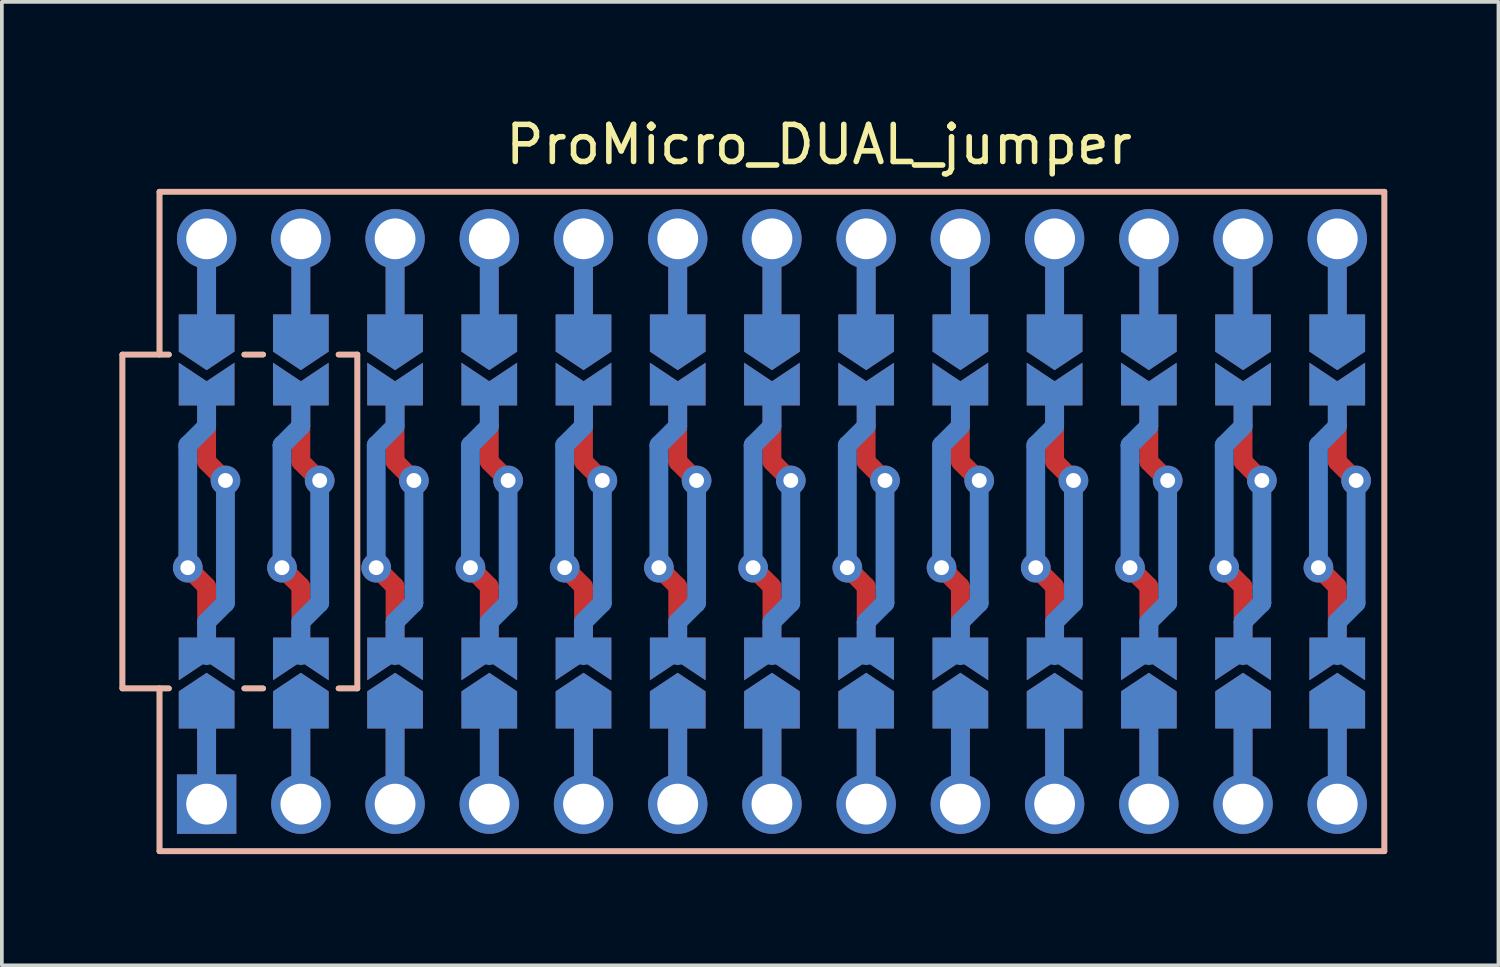
<source format=kicad_pcb>
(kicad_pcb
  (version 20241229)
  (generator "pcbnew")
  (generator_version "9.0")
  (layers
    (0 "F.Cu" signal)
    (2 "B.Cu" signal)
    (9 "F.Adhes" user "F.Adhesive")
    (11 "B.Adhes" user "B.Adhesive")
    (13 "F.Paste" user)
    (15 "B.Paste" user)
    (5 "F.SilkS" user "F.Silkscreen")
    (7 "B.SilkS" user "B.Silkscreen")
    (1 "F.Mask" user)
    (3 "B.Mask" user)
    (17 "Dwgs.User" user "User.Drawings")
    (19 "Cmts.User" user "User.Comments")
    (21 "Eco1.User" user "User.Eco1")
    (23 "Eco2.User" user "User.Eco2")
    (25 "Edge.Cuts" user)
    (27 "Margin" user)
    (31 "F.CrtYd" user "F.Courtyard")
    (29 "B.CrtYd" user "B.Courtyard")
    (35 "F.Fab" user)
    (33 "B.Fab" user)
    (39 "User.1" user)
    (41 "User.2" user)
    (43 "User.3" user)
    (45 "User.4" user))
  (footprint "ProMicro_DUAL_jumper"
    (layer "F.Cu")
    (at 5.06 18.628)
    (property "Reference" "ProMicro_DUAL_jumper" (at 13.97 -17.78 0) (layer "F.SilkS") (effects (font (size 1 1) (thickness 0.15))))
    (attr through_hole allow_soldermask_bridges)
    (fp_rect (start -3.29 -13.2) (end -1.79 -10.75) (stroke (width 0) (type solid)) (fill yes) (layer "F.Mask"))
    (fp_rect (start -3.29 -4.49) (end -1.79 -2.04) (stroke (width 0) (type solid)) (fill yes) (layer "F.Mask"))
    (fp_rect (start -0.75 -13.2) (end 0.75 -10.75) (stroke (width 0) (type solid)) (fill yes) (layer "F.Mask"))
    (fp_rect (start -0.75 -4.49) (end 0.75 -2.04) (stroke (width 0) (type solid)) (fill yes) (layer "F.Mask"))
    (fp_rect (start 1.79 -13.2) (end 3.29 -10.75) (stroke (width 0) (type solid)) (fill yes) (layer "F.Mask"))
    (fp_rect (start 1.79 -4.49) (end 3.29 -2.04) (stroke (width 0) (type solid)) (fill yes) (layer "F.Mask"))
    (fp_rect (start 4.33 -13.2) (end 5.83 -10.75) (stroke (width 0) (type solid)) (fill yes) (layer "F.Mask"))
    (fp_rect (start 4.33 -4.49) (end 5.83 -2.04) (stroke (width 0) (type solid)) (fill yes) (layer "F.Mask"))
    (fp_rect (start 6.87 -13.2) (end 8.37 -10.75) (stroke (width 0) (type solid)) (fill yes) (layer "F.Mask"))
    (fp_rect (start 6.87 -4.49) (end 8.37 -2.04) (stroke (width 0) (type solid)) (fill yes) (layer "F.Mask"))
    (fp_rect (start 9.41 -13.2) (end 10.91 -10.75) (stroke (width 0) (type solid)) (fill yes) (layer "F.Mask"))
    (fp_rect (start 9.41 -4.49) (end 10.91 -2.04) (stroke (width 0) (type solid)) (fill yes) (layer "F.Mask"))
    (fp_rect (start 11.95 -13.2) (end 13.45 -10.75) (stroke (width 0) (type solid)) (fill yes) (layer "F.Mask"))
    (fp_rect (start 11.95 -4.49) (end 13.45 -2.04) (stroke (width 0) (type solid)) (fill yes) (layer "F.Mask"))
    (fp_rect (start 14.49 -13.2) (end 15.99 -10.75) (stroke (width 0) (type solid)) (fill yes) (layer "F.Mask"))
    (fp_rect (start 14.49 -4.49) (end 15.99 -2.04) (stroke (width 0) (type solid)) (fill yes) (layer "F.Mask"))
    (fp_rect (start 17.03 -13.2) (end 18.53 -10.75) (stroke (width 0) (type solid)) (fill yes) (layer "F.Mask"))
    (fp_rect (start 17.03 -4.49) (end 18.53 -2.04) (stroke (width 0) (type solid)) (fill yes) (layer "F.Mask"))
    (fp_rect (start 19.57 -13.2) (end 21.07 -10.75) (stroke (width 0) (type solid)) (fill yes) (layer "F.Mask"))
    (fp_rect (start 19.57 -4.49) (end 21.07 -2.04) (stroke (width 0) (type solid)) (fill yes) (layer "F.Mask"))
    (fp_rect (start 22.11 -13.2) (end 23.61 -10.75) (stroke (width 0) (type solid)) (fill yes) (layer "F.Mask"))
    (fp_rect (start 22.11 -4.49) (end 23.61 -2.04) (stroke (width 0) (type solid)) (fill yes) (layer "F.Mask"))
    (fp_rect (start 24.65 -13.2) (end 26.15 -10.75) (stroke (width 0) (type solid)) (fill yes) (layer "F.Mask"))
    (fp_rect (start 24.65 -4.49) (end 26.15 -2.04) (stroke (width 0) (type solid)) (fill yes) (layer "F.Mask"))
    (fp_rect (start 27.19 -13.2) (end 28.69 -10.75) (stroke (width 0) (type solid)) (fill yes) (layer "F.Mask"))
    (fp_rect (start 27.19 -4.49) (end 28.69 -2.04) (stroke (width 0) (type solid)) (fill yes) (layer "F.Mask"))
    (fp_rect (start -3.29 -13.2) (end -1.79 -10.75) (stroke (width 0) (type solid)) (fill yes) (layer "B.Mask"))
    (fp_rect (start -3.29 -4.49) (end -1.79 -2.04) (stroke (width 0) (type solid)) (fill yes) (layer "B.Mask"))
    (fp_rect (start -0.75 -13.2) (end 0.75 -10.75) (stroke (width 0) (type solid)) (fill yes) (layer "B.Mask"))
    (fp_rect (start -0.75 -4.49) (end 0.75 -2.04) (stroke (width 0) (type solid)) (fill yes) (layer "B.Mask"))
    (fp_rect (start 1.79 -13.2) (end 3.29 -10.75) (stroke (width 0) (type solid)) (fill yes) (layer "B.Mask"))
    (fp_rect (start 1.79 -4.49) (end 3.29 -2.04) (stroke (width 0) (type solid)) (fill yes) (layer "B.Mask"))
    (fp_rect (start 4.33 -13.2) (end 5.83 -10.75) (stroke (width 0) (type solid)) (fill yes) (layer "B.Mask"))
    (fp_rect (start 4.33 -4.49) (end 5.83 -2.04) (stroke (width 0) (type solid)) (fill yes) (layer "B.Mask"))
    (fp_rect (start 6.87 -13.2) (end 8.37 -10.75) (stroke (width 0) (type solid)) (fill yes) (layer "B.Mask"))
    (fp_rect (start 6.87 -4.49) (end 8.37 -2.04) (stroke (width 0) (type solid)) (fill yes) (layer "B.Mask"))
    (fp_rect (start 9.41 -13.2) (end 10.91 -10.75) (stroke (width 0) (type solid)) (fill yes) (layer "B.Mask"))
    (fp_rect (start 9.41 -4.49) (end 10.91 -2.04) (stroke (width 0) (type solid)) (fill yes) (layer "B.Mask"))
    (fp_rect (start 11.95 -13.2) (end 13.45 -10.75) (stroke (width 0) (type solid)) (fill yes) (layer "B.Mask"))
    (fp_rect (start 11.95 -4.49) (end 13.45 -2.04) (stroke (width 0) (type solid)) (fill yes) (layer "B.Mask"))
    (fp_rect (start 14.49 -13.2) (end 15.99 -10.75) (stroke (width 0) (type solid)) (fill yes) (layer "B.Mask"))
    (fp_rect (start 14.49 -4.49) (end 15.99 -2.04) (stroke (width 0) (type solid)) (fill yes) (layer "B.Mask"))
    (fp_rect (start 17.03 -13.2) (end 18.53 -10.75) (stroke (width 0) (type solid)) (fill yes) (layer "B.Mask"))
    (fp_rect (start 17.03 -4.49) (end 18.53 -2.04) (stroke (width 0) (type solid)) (fill yes) (layer "B.Mask"))
    (fp_rect (start 19.57 -13.2) (end 21.07 -10.75) (stroke (width 0) (type solid)) (fill yes) (layer "B.Mask"))
    (fp_rect (start 19.57 -4.49) (end 21.07 -2.04) (stroke (width 0) (type solid)) (fill yes) (layer "B.Mask"))
    (fp_rect (start 22.11 -13.2) (end 23.61 -10.75) (stroke (width 0) (type solid)) (fill yes) (layer "B.Mask"))
    (fp_rect (start 22.11 -4.49) (end 23.61 -2.04) (stroke (width 0) (type solid)) (fill yes) (layer "B.Mask"))
    (fp_rect (start 24.65 -13.2) (end 26.15 -10.75) (stroke (width 0) (type solid)) (fill yes) (layer "B.Mask"))
    (fp_rect (start 24.65 -4.49) (end 26.15 -2.04) (stroke (width 0) (type solid)) (fill yes) (layer "B.Mask"))
    (fp_rect (start 27.19 -13.2) (end 28.69 -10.75) (stroke (width 0) (type solid)) (fill yes) (layer "B.Mask"))
    (fp_rect (start 27.19 -4.49) (end 28.69 -2.04) (stroke (width 0) (type solid)) (fill yes) (layer "B.Mask"))
    (fp_line (start -4.81 -12.12) (end -3.556 -12.12) (stroke (width 0.15) (type solid)) (layer "F.SilkS"))
    (fp_line (start -4.81 -3.12) (end -4.81 -12.12) (stroke (width 0.15) (type solid)) (layer "F.SilkS"))
    (fp_line (start -4.81 -3.12) (end -3.556 -3.12) (stroke (width 0.15) (type solid)) (layer "F.SilkS"))
    (fp_line (start -3.81 -16.51) (end 29.21 -16.51) (stroke (width 0.15) (type solid)) (layer "F.SilkS"))
    (fp_line (start -3.81 -12.12) (end -3.81 -16.51) (stroke (width 0.15) (type solid)) (layer "F.SilkS"))
    (fp_line (start -3.81 1.27) (end -3.81 -3.12) (stroke (width 0.15) (type solid)) (layer "F.SilkS"))
    (fp_line (start -3.81 1.27) (end 29.21 1.27) (stroke (width 0.15) (type solid)) (layer "F.SilkS"))
    (fp_line (start -1.524 -3.12) (end -1.016 -3.12) (stroke (width 0.15) (type solid)) (layer "F.SilkS"))
    (fp_line (start -1.016 -12.12) (end -1.524 -12.12) (stroke (width 0.15) (type solid)) (layer "F.SilkS"))
    (fp_line (start 1.524 -12.12) (end 1.016 -12.12) (stroke (width 0.15) (type solid)) (layer "F.SilkS"))
    (fp_line (start 1.524 -12.12) (end 1.524 -3.12) (stroke (width 0.15) (type solid)) (layer "F.SilkS"))
    (fp_line (start 1.524 -3.12) (end 1.016 -3.12) (stroke (width 0.15) (type solid)) (layer "F.SilkS"))
    (fp_line (start 29.21 -16.51) (end 29.21 1.27) (stroke (width 0.15) (type solid)) (layer "F.SilkS"))
    (fp_line (start -4.81 -12.12) (end -3.556 -12.12) (stroke (width 0.15) (type solid)) (layer "B.SilkS"))
    (fp_line (start -4.81 -3.12) (end -4.81 -12.12) (stroke (width 0.15) (type solid)) (layer "B.SilkS"))
    (fp_line (start -4.81 -3.12) (end -3.556 -3.12) (stroke (width 0.15) (type solid)) (layer "B.SilkS"))
    (fp_line (start -3.81 -16.51) (end 29.21 -16.51) (stroke (width 0.15) (type solid)) (layer "B.SilkS"))
    (fp_line (start -3.81 -12.12) (end -3.81 -16.51) (stroke (width 0.15) (type solid)) (layer "B.SilkS"))
    (fp_line (start -3.81 1.27) (end -3.81 -3.12) (stroke (width 0.15) (type solid)) (layer "B.SilkS"))
    (fp_line (start -3.81 1.27) (end 29.21 1.27) (stroke (width 0.15) (type solid)) (layer "B.SilkS"))
    (fp_line (start -1.524 -3.12) (end -1.016 -3.12) (stroke (width 0.15) (type solid)) (layer "B.SilkS"))
    (fp_line (start -1.016 -12.12) (end -1.524 -12.12) (stroke (width 0.15) (type solid)) (layer "B.SilkS"))
    (fp_line (start 1.524 -12.12) (end 1.016 -12.12) (stroke (width 0.15) (type solid)) (layer "B.SilkS"))
    (fp_line (start 1.524 -12.12) (end 1.524 -3.12) (stroke (width 0.15) (type solid)) (layer "B.SilkS"))
    (fp_line (start 1.524 -3.12) (end 1.016 -3.12) (stroke (width 0.15) (type solid)) (layer "B.SilkS"))
    (fp_line (start 29.21 -16.51) (end 29.21 1.27) (stroke (width 0.15) (type solid)) (layer "B.SilkS"))
    (fp_rect (start -3.81 -16.51) (end 29.21 1.27) (stroke (width 0.1) (type default)) (fill no) (layer "User.2"))
    (fp_line (start -5.01 -12.12) (end -3.81 -12.12) (stroke (width 0.1) (type default)) (layer "User.3"))
    (fp_line (start -5.01 -3.12) (end -5.01 -12.12) (stroke (width 0.1) (type default)) (layer "User.3"))
    (fp_line (start -3.81 -16.51) (end 29.21 -16.51) (stroke (width 0.1) (type default)) (layer "User.3"))
    (fp_line (start -3.81 -12.12) (end -3.81 -16.51) (stroke (width 0.1) (type default)) (layer "User.3"))
    (fp_line (start -3.81 -3.12) (end -5.01 -3.12) (stroke (width 0.1) (type default)) (layer "User.3"))
    (fp_line (start -3.81 -3.12) (end -3.81 1.27) (stroke (width 0.1) (type default)) (layer "User.3"))
    (fp_line (start 29.21 -16.51) (end 29.21 1.27) (stroke (width 0.1) (type default)) (layer "User.3"))
    (fp_line (start 29.21 1.27) (end -3.81 1.27) (stroke (width 0.1) (type default)) (layer "User.3"))
    (pad "1" smd custom (at 0 -11.25 270) (size 0.3 0.3) (layers "F.Cu" "F.Mask") (options (anchor rect)) (primitives (gr_poly (pts (xy 0.5 0.75) (xy -0.65 0.75) (xy -0.15 0) (xy -0.65 -0.75) (xy 0.5 -0.75)) (width 0) (fill yes))))
    (pad "1" smd roundrect (at 0 -10.185 180) (size 0.508 2.413) (layers "F.Cu") (roundrect_rratio 0.5))
    (pad "1" smd roundrect (at 0 -4.458 180) (size 0.508 1.422) (layers "B.Cu") (roundrect_rratio 0.5))
    (pad "1" smd custom (at 0 -3.99 270) (size 0.3 0.3) (layers "B.Cu" "B.Mask") (options (anchor rect)) (primitives (gr_poly (pts (xy -0.5 0.75) (xy 0.65 0.75) (xy 0.15 0) (xy 0.65 -0.75) (xy -0.5 -0.75)) (width 0) (fill yes))))
    (pad "1" smd roundrect (at 0.254 -8.979 225) (size 0.508 1.219) (layers "F.Cu") (roundrect_rratio 0.5))
    (pad "1" smd roundrect (at 0.254 -5.169 135) (size 0.508 1.232) (layers "B.Cu") (roundrect_rratio 0.5))
    (pad "1" thru_hole circle (at 0.508 -8.725 180) (size 0.8 0.8) (drill 0.4) (layers "*.Cu"))
    (pad "1" smd roundrect (at 0.508 -7.106 180) (size 0.508 3.886) (layers "B.Cu") (roundrect_rratio 0.5))
    (pad "2" smd custom (at 2.54 -11.25 270) (size 0.3 0.3) (layers "F.Cu" "F.Mask") (options (anchor rect)) (primitives (gr_poly (pts (xy 0.5 0.75) (xy -0.65 0.75) (xy -0.15 0) (xy -0.65 -0.75) (xy 0.5 -0.75)) (width 0) (fill yes))))
    (pad "2" smd roundrect (at 2.54 -10.185 180) (size 0.508 2.413) (layers "F.Cu") (roundrect_rratio 0.5))
    (pad "2" smd roundrect (at 2.54 -4.458 180) (size 0.508 1.422) (layers "B.Cu") (roundrect_rratio 0.5))
    (pad "2" smd custom (at 2.54 -3.99 270) (size 0.3 0.3) (layers "B.Cu" "B.Mask") (options (anchor rect)) (primitives (gr_poly (pts (xy -0.5 0.75) (xy 0.65 0.75) (xy 0.15 0) (xy 0.65 -0.75) (xy -0.5 -0.75)) (width 0) (fill yes))))
    (pad "2" smd roundrect (at 2.794 -8.979 225) (size 0.508 1.219) (layers "F.Cu") (roundrect_rratio 0.5))
    (pad "2" smd roundrect (at 2.794 -5.169 135) (size 0.508 1.232) (layers "B.Cu") (roundrect_rratio 0.5))
    (pad "2" thru_hole circle (at 3.048 -8.725 180) (size 0.8 0.8) (drill 0.4) (layers "*.Cu"))
    (pad "2" smd roundrect (at 3.048 -7.106 180) (size 0.508 3.886) (layers "B.Cu") (roundrect_rratio 0.5))
    (pad "3" smd custom (at 5.08 -11.25 270) (size 0.3 0.3) (layers "F.Cu" "F.Mask") (options (anchor rect)) (primitives (gr_poly (pts (xy 0.5 0.75) (xy -0.65 0.75) (xy -0.15 0) (xy -0.65 -0.75) (xy 0.5 -0.75)) (width 0) (fill yes))))
    (pad "3" smd roundrect (at 5.08 -10.185 180) (size 0.508 2.413) (layers "F.Cu") (roundrect_rratio 0.5))
    (pad "3" smd roundrect (at 5.08 -4.458 180) (size 0.508 1.422) (layers "B.Cu") (roundrect_rratio 0.5))
    (pad "3" smd custom (at 5.08 -3.99 270) (size 0.3 0.3) (layers "B.Cu" "B.Mask") (options (anchor rect)) (primitives (gr_poly (pts (xy -0.5 0.75) (xy 0.65 0.75) (xy 0.15 0) (xy 0.65 -0.75) (xy -0.5 -0.75)) (width 0) (fill yes))))
    (pad "3" smd roundrect (at 5.334 -8.979 225) (size 0.508 1.219) (layers "F.Cu") (roundrect_rratio 0.5))
    (pad "3" smd roundrect (at 5.334 -5.169 135) (size 0.508 1.232) (layers "B.Cu") (roundrect_rratio 0.5))
    (pad "3" thru_hole circle (at 5.588 -8.725 180) (size 0.8 0.8) (drill 0.4) (layers "*.Cu"))
    (pad "3" smd roundrect (at 5.588 -7.106 180) (size 0.508 3.886) (layers "B.Cu") (roundrect_rratio 0.5))
    (pad "4" smd custom (at 7.62 -11.25 270) (size 0.3 0.3) (layers "F.Cu" "F.Mask") (options (anchor rect)) (primitives (gr_poly (pts (xy 0.5 0.75) (xy -0.65 0.75) (xy -0.15 0) (xy -0.65 -0.75) (xy 0.5 -0.75)) (width 0) (fill yes))))
    (pad "4" smd roundrect (at 7.62 -10.185 180) (size 0.508 2.413) (layers "F.Cu") (roundrect_rratio 0.5))
    (pad "4" smd roundrect (at 7.62 -4.458 180) (size 0.508 1.422) (layers "B.Cu") (roundrect_rratio 0.5))
    (pad "4" smd custom (at 7.62 -3.99 270) (size 0.3 0.3) (layers "B.Cu" "B.Mask") (options (anchor rect)) (primitives (gr_poly (pts (xy -0.5 0.75) (xy 0.65 0.75) (xy 0.15 0) (xy 0.65 -0.75) (xy -0.5 -0.75)) (width 0) (fill yes))))
    (pad "4" smd roundrect (at 7.874 -8.979 225) (size 0.508 1.219) (layers "F.Cu") (roundrect_rratio 0.5))
    (pad "4" smd roundrect (at 7.874 -5.169 135) (size 0.508 1.232) (layers "B.Cu") (roundrect_rratio 0.5))
    (pad "4" thru_hole circle (at 8.128 -8.725 180) (size 0.8 0.8) (drill 0.4) (layers "*.Cu"))
    (pad "4" smd roundrect (at 8.128 -7.106 180) (size 0.508 3.886) (layers "B.Cu") (roundrect_rratio 0.5))
    (pad "5" smd custom (at 10.16 -11.25 270) (size 0.3 0.3) (layers "F.Cu" "F.Mask") (options (anchor rect)) (primitives (gr_poly (pts (xy 0.5 0.75) (xy -0.65 0.75) (xy -0.15 0) (xy -0.65 -0.75) (xy 0.5 -0.75)) (width 0) (fill yes))))
    (pad "5" smd roundrect (at 10.16 -10.185 180) (size 0.508 2.413) (layers "F.Cu") (roundrect_rratio 0.5))
    (pad "5" smd roundrect (at 10.16 -4.458 180) (size 0.508 1.422) (layers "B.Cu") (roundrect_rratio 0.5))
    (pad "5" smd custom (at 10.16 -3.99 270) (size 0.3 0.3) (layers "B.Cu" "B.Mask") (options (anchor rect)) (primitives (gr_poly (pts (xy -0.5 0.75) (xy 0.65 0.75) (xy 0.15 0) (xy 0.65 -0.75) (xy -0.5 -0.75)) (width 0) (fill yes))))
    (pad "5" smd roundrect (at 10.414 -8.979 225) (size 0.508 1.219) (layers "F.Cu") (roundrect_rratio 0.5))
    (pad "5" smd roundrect (at 10.414 -5.169 135) (size 0.508 1.232) (layers "B.Cu") (roundrect_rratio 0.5))
    (pad "5" thru_hole circle (at 10.668 -8.725 180) (size 0.8 0.8) (drill 0.4) (layers "*.Cu"))
    (pad "5" smd roundrect (at 10.668 -7.106 180) (size 0.508 3.886) (layers "B.Cu") (roundrect_rratio 0.5))
    (pad "6" smd custom (at 12.7 -11.25 270) (size 0.3 0.3) (layers "F.Cu" "F.Mask") (options (anchor rect)) (primitives (gr_poly (pts (xy 0.5 0.75) (xy -0.65 0.75) (xy -0.15 0) (xy -0.65 -0.75) (xy 0.5 -0.75)) (width 0) (fill yes))))
    (pad "6" smd roundrect (at 12.7 -10.185 180) (size 0.508 2.413) (layers "F.Cu") (roundrect_rratio 0.5))
    (pad "6" smd roundrect (at 12.7 -4.458 180) (size 0.508 1.422) (layers "B.Cu") (roundrect_rratio 0.5))
    (pad "6" smd custom (at 12.7 -3.99 270) (size 0.3 0.3) (layers "B.Cu" "B.Mask") (options (anchor rect)) (primitives (gr_poly (pts (xy -0.5 0.75) (xy 0.65 0.75) (xy 0.15 0) (xy 0.65 -0.75) (xy -0.5 -0.75)) (width 0) (fill yes))))
    (pad "6" smd roundrect (at 12.954 -8.979 225) (size 0.508 1.219) (layers "F.Cu") (roundrect_rratio 0.5))
    (pad "6" smd roundrect (at 12.954 -5.169 135) (size 0.508 1.232) (layers "B.Cu") (roundrect_rratio 0.5))
    (pad "6" thru_hole circle (at 13.208 -8.725 180) (size 0.8 0.8) (drill 0.4) (layers "*.Cu"))
    (pad "6" smd roundrect (at 13.208 -7.106 180) (size 0.508 3.886) (layers "B.Cu") (roundrect_rratio 0.5))
    (pad "7" smd custom (at 15.24 -11.25 270) (size 0.3 0.3) (layers "F.Cu" "F.Mask") (options (anchor rect)) (primitives (gr_poly (pts (xy 0.5 0.75) (xy -0.65 0.75) (xy -0.15 0) (xy -0.65 -0.75) (xy 0.5 -0.75)) (width 0) (fill yes))))
    (pad "7" smd roundrect (at 15.24 -10.185 180) (size 0.508 2.413) (layers "F.Cu") (roundrect_rratio 0.5))
    (pad "7" smd roundrect (at 15.24 -4.458 180) (size 0.508 1.422) (layers "B.Cu") (roundrect_rratio 0.5))
    (pad "7" smd custom (at 15.24 -3.99 270) (size 0.3 0.3) (layers "B.Cu" "B.Mask") (options (anchor rect)) (primitives (gr_poly (pts (xy -0.5 0.75) (xy 0.65 0.75) (xy 0.15 0) (xy 0.65 -0.75) (xy -0.5 -0.75)) (width 0) (fill yes))))
    (pad "7" smd roundrect (at 15.494 -8.979 225) (size 0.508 1.219) (layers "F.Cu") (roundrect_rratio 0.5))
    (pad "7" smd roundrect (at 15.494 -5.169 135) (size 0.508 1.232) (layers "B.Cu") (roundrect_rratio 0.5))
    (pad "7" thru_hole circle (at 15.748 -8.725 180) (size 0.8 0.8) (drill 0.4) (layers "*.Cu"))
    (pad "7" smd roundrect (at 15.748 -7.106 180) (size 0.508 3.886) (layers "B.Cu") (roundrect_rratio 0.5))
    (pad "8" smd custom (at 17.78 -11.25 270) (size 0.3 0.3) (layers "F.Cu" "F.Mask") (options (anchor rect)) (primitives (gr_poly (pts (xy 0.5 0.75) (xy -0.65 0.75) (xy -0.15 0) (xy -0.65 -0.75) (xy 0.5 -0.75)) (width 0) (fill yes))))
    (pad "8" smd roundrect (at 17.78 -10.185 180) (size 0.508 2.413) (layers "F.Cu") (roundrect_rratio 0.5))
    (pad "8" smd roundrect (at 17.78 -4.458 180) (size 0.508 1.422) (layers "B.Cu") (roundrect_rratio 0.5))
    (pad "8" smd custom (at 17.78 -3.99 270) (size 0.3 0.3) (layers "B.Cu" "B.Mask") (options (anchor rect)) (primitives (gr_poly (pts (xy -0.5 0.75) (xy 0.65 0.75) (xy 0.15 0) (xy 0.65 -0.75) (xy -0.5 -0.75)) (width 0) (fill yes))))
    (pad "8" smd roundrect (at 18.034 -8.979 225) (size 0.508 1.219) (layers "F.Cu") (roundrect_rratio 0.5))
    (pad "8" smd roundrect (at 18.034 -5.169 135) (size 0.508 1.232) (layers "B.Cu") (roundrect_rratio 0.5))
    (pad "8" thru_hole circle (at 18.288 -8.725 180) (size 0.8 0.8) (drill 0.4) (layers "*.Cu"))
    (pad "8" smd roundrect (at 18.288 -7.106 180) (size 0.508 3.886) (layers "B.Cu") (roundrect_rratio 0.5))
    (pad "9" smd custom (at 20.32 -11.25 270) (size 0.3 0.3) (layers "F.Cu" "F.Mask") (options (anchor rect)) (primitives (gr_poly (pts (xy 0.5 0.75) (xy -0.65 0.75) (xy -0.15 0) (xy -0.65 -0.75) (xy 0.5 -0.75)) (width 0) (fill yes))))
    (pad "9" smd roundrect (at 20.32 -10.185 180) (size 0.508 2.413) (layers "F.Cu") (roundrect_rratio 0.5))
    (pad "9" smd roundrect (at 20.32 -4.458 180) (size 0.508 1.422) (layers "B.Cu") (roundrect_rratio 0.5))
    (pad "9" smd custom (at 20.32 -3.99 270) (size 0.3 0.3) (layers "B.Cu" "B.Mask") (options (anchor rect)) (primitives (gr_poly (pts (xy -0.5 0.75) (xy 0.65 0.75) (xy 0.15 0) (xy 0.65 -0.75) (xy -0.5 -0.75)) (width 0) (fill yes))))
    (pad "9" smd roundrect (at 20.574 -8.979 225) (size 0.508 1.219) (layers "F.Cu") (roundrect_rratio 0.5))
    (pad "9" smd roundrect (at 20.574 -5.169 135) (size 0.508 1.232) (layers "B.Cu") (roundrect_rratio 0.5))
    (pad "9" thru_hole circle (at 20.828 -8.725 180) (size 0.8 0.8) (drill 0.4) (layers "*.Cu"))
    (pad "9" smd roundrect (at 20.828 -7.106 180) (size 0.508 3.886) (layers "B.Cu") (roundrect_rratio 0.5))
    (pad "10" smd custom (at 22.86 -11.25 270) (size 0.3 0.3) (layers "F.Cu" "F.Mask") (options (anchor rect)) (primitives (gr_poly (pts (xy 0.5 0.75) (xy -0.65 0.75) (xy -0.15 0) (xy -0.65 -0.75) (xy 0.5 -0.75)) (width 0) (fill yes))))
    (pad "10" smd roundrect (at 22.86 -10.185 180) (size 0.508 2.413) (layers "F.Cu") (roundrect_rratio 0.5))
    (pad "10" smd roundrect (at 22.86 -4.458 180) (size 0.508 1.422) (layers "B.Cu") (roundrect_rratio 0.5))
    (pad "10" smd custom (at 22.86 -3.99 270) (size 0.3 0.3) (layers "B.Cu" "B.Mask") (options (anchor rect)) (primitives (gr_poly (pts (xy -0.5 0.75) (xy 0.65 0.75) (xy 0.15 0) (xy 0.65 -0.75) (xy -0.5 -0.75)) (width 0) (fill yes))))
    (pad "10" smd roundrect (at 23.114 -8.979 225) (size 0.508 1.219) (layers "F.Cu") (roundrect_rratio 0.5))
    (pad "10" smd roundrect (at 23.114 -5.169 135) (size 0.508 1.232) (layers "B.Cu") (roundrect_rratio 0.5))
    (pad "10" thru_hole circle (at 23.368 -8.725 180) (size 0.8 0.8) (drill 0.4) (layers "*.Cu"))
    (pad "10" smd roundrect (at 23.368 -7.106 180) (size 0.508 3.886) (layers "B.Cu") (roundrect_rratio 0.5))
    (pad "11" smd custom (at 25.4 -11.25 270) (size 0.3 0.3) (layers "F.Cu" "F.Mask") (options (anchor rect)) (primitives (gr_poly (pts (xy 0.5 0.75) (xy -0.65 0.75) (xy -0.15 0) (xy -0.65 -0.75) (xy 0.5 -0.75)) (width 0) (fill yes))))
    (pad "11" smd roundrect (at 25.4 -10.185 180) (size 0.508 2.413) (layers "F.Cu") (roundrect_rratio 0.5))
    (pad "11" smd roundrect (at 25.4 -4.458 180) (size 0.508 1.422) (layers "B.Cu") (roundrect_rratio 0.5))
    (pad "11" smd custom (at 25.4 -3.99 270) (size 0.3 0.3) (layers "B.Cu" "B.Mask") (options (anchor rect)) (primitives (gr_poly (pts (xy -0.5 0.75) (xy 0.65 0.75) (xy 0.15 0) (xy 0.65 -0.75) (xy -0.5 -0.75)) (width 0) (fill yes))))
    (pad "11" smd roundrect (at 25.654 -8.979 225) (size 0.508 1.219) (layers "F.Cu") (roundrect_rratio 0.5))
    (pad "11" smd roundrect (at 25.654 -5.169 135) (size 0.508 1.232) (layers "B.Cu") (roundrect_rratio 0.5))
    (pad "11" thru_hole circle (at 25.908 -8.725 180) (size 0.8 0.8) (drill 0.4) (layers "*.Cu"))
    (pad "11" smd roundrect (at 25.908 -7.106 180) (size 0.508 3.886) (layers "B.Cu") (roundrect_rratio 0.5))
    (pad "12" smd custom (at 27.94 -11.25 270) (size 0.3 0.3) (layers "F.Cu" "F.Mask") (options (anchor rect)) (primitives (gr_poly (pts (xy 0.5 0.75) (xy -0.65 0.75) (xy -0.15 0) (xy -0.65 -0.75) (xy 0.5 -0.75)) (width 0) (fill yes))))
    (pad "12" smd roundrect (at 27.94 -10.185 180) (size 0.508 2.413) (layers "F.Cu") (roundrect_rratio 0.5))
    (pad "12" smd roundrect (at 27.94 -4.458 180) (size 0.508 1.422) (layers "B.Cu") (roundrect_rratio 0.5))
    (pad "12" smd custom (at 27.94 -3.99 270) (size 0.3 0.3) (layers "B.Cu" "B.Mask") (options (anchor rect)) (primitives (gr_poly (pts (xy -0.5 0.75) (xy 0.65 0.75) (xy 0.15 0) (xy 0.65 -0.75) (xy -0.5 -0.75)) (width 0) (fill yes))))
    (pad "12" smd roundrect (at 28.194 -8.979 225) (size 0.508 1.219) (layers "F.Cu") (roundrect_rratio 0.5))
    (pad "12" smd roundrect (at 28.194 -5.169 135) (size 0.508 1.232) (layers "B.Cu") (roundrect_rratio 0.5))
    (pad "12" thru_hole circle (at 28.448 -8.725 180) (size 0.8 0.8) (drill 0.4) (layers "*.Cu"))
    (pad "12" smd roundrect (at 28.448 -7.106 180) (size 0.508 3.886) (layers "B.Cu") (roundrect_rratio 0.5))
    (pad "13" smd roundrect (at 27.432 -7.995) (size 0.508 3.886) (layers "B.Cu") (roundrect_rratio 0.5))
    (pad "13" thru_hole circle (at 27.432 -6.375) (size 0.8 0.8) (drill 0.4) (layers "*.Cu"))
    (pad "13" smd roundrect (at 27.686 -9.931 315) (size 0.508 1.232) (layers "B.Cu") (roundrect_rratio 0.5))
    (pad "13" smd roundrect (at 27.686 -6.121 45) (size 0.508 1.219) (layers "F.Cu") (roundrect_rratio 0.5))
    (pad "13" smd custom (at 27.94 -11.25 90) (size 0.3 0.3) (layers "B.Cu" "B.Mask") (options (anchor rect)) (primitives (gr_poly (pts (xy -0.5 0.75) (xy 0.65 0.75) (xy 0.15 0) (xy 0.65 -0.75) (xy -0.5 -0.75)) (width 0) (fill yes))))
    (pad "13" smd roundrect (at 27.94 -10.643) (size 0.508 1.422) (layers "B.Cu") (roundrect_rratio 0.5))
    (pad "13" smd roundrect (at 27.94 -5.169) (size 0.508 1.905) (layers "F.Cu") (roundrect_rratio 0.5))
    (pad "13" smd custom (at 27.94 -3.99 90) (size 0.3 0.3) (layers "F.Cu" "F.Mask") (options (anchor rect)) (primitives (gr_poly (pts (xy 0.5 0.75) (xy -0.65 0.75) (xy -0.15 0) (xy -0.65 -0.75) (xy 0.5 -0.75)) (width 0) (fill yes))))
    (pad "14" smd roundrect (at 24.892 -7.995) (size 0.508 3.886) (layers "B.Cu") (roundrect_rratio 0.5))
    (pad "14" thru_hole circle (at 24.892 -6.375) (size 0.8 0.8) (drill 0.4) (layers "*.Cu"))
    (pad "14" smd roundrect (at 25.146 -9.931 315) (size 0.508 1.232) (layers "B.Cu") (roundrect_rratio 0.5))
    (pad "14" smd roundrect (at 25.146 -6.121 45) (size 0.508 1.219) (layers "F.Cu") (roundrect_rratio 0.5))
    (pad "14" smd custom (at 25.4 -11.25 90) (size 0.3 0.3) (layers "B.Cu" "B.Mask") (options (anchor rect)) (primitives (gr_poly (pts (xy -0.5 0.75) (xy 0.65 0.75) (xy 0.15 0) (xy 0.65 -0.75) (xy -0.5 -0.75)) (width 0) (fill yes))))
    (pad "14" smd roundrect (at 25.4 -10.643) (size 0.508 1.422) (layers "B.Cu") (roundrect_rratio 0.5))
    (pad "14" smd roundrect (at 25.4 -5.169) (size 0.508 1.905) (layers "F.Cu") (roundrect_rratio 0.5))
    (pad "14" smd custom (at 25.4 -3.99 90) (size 0.3 0.3) (layers "F.Cu" "F.Mask") (options (anchor rect)) (primitives (gr_poly (pts (xy 0.5 0.75) (xy -0.65 0.75) (xy -0.15 0) (xy -0.65 -0.75) (xy 0.5 -0.75)) (width 0) (fill yes))))
    (pad "15" smd roundrect (at 22.352 -7.995) (size 0.508 3.886) (layers "B.Cu") (roundrect_rratio 0.5))
    (pad "15" thru_hole circle (at 22.352 -6.375) (size 0.8 0.8) (drill 0.4) (layers "*.Cu"))
    (pad "15" smd roundrect (at 22.606 -9.931 315) (size 0.508 1.232) (layers "B.Cu") (roundrect_rratio 0.5))
    (pad "15" smd roundrect (at 22.606 -6.121 45) (size 0.508 1.219) (layers "F.Cu") (roundrect_rratio 0.5))
    (pad "15" smd custom (at 22.86 -11.25 90) (size 0.3 0.3) (layers "B.Cu" "B.Mask") (options (anchor rect)) (primitives (gr_poly (pts (xy -0.5 0.75) (xy 0.65 0.75) (xy 0.15 0) (xy 0.65 -0.75) (xy -0.5 -0.75)) (width 0) (fill yes))))
    (pad "15" smd roundrect (at 22.86 -10.643) (size 0.508 1.422) (layers "B.Cu") (roundrect_rratio 0.5))
    (pad "15" smd roundrect (at 22.86 -5.169) (size 0.508 1.905) (layers "F.Cu") (roundrect_rratio 0.5))
    (pad "15" smd custom (at 22.86 -3.99 90) (size 0.3 0.3) (layers "F.Cu" "F.Mask") (options (anchor rect)) (primitives (gr_poly (pts (xy 0.5 0.75) (xy -0.65 0.75) (xy -0.15 0) (xy -0.65 -0.75) (xy 0.5 -0.75)) (width 0) (fill yes))))
    (pad "16" smd roundrect (at 19.812 -7.995) (size 0.508 3.886) (layers "B.Cu") (roundrect_rratio 0.5))
    (pad "16" thru_hole circle (at 19.812 -6.375) (size 0.8 0.8) (drill 0.4) (layers "*.Cu"))
    (pad "16" smd roundrect (at 20.066 -9.931 315) (size 0.508 1.232) (layers "B.Cu") (roundrect_rratio 0.5))
    (pad "16" smd roundrect (at 20.066 -6.121 45) (size 0.508 1.219) (layers "F.Cu") (roundrect_rratio 0.5))
    (pad "16" smd custom (at 20.32 -11.25 90) (size 0.3 0.3) (layers "B.Cu" "B.Mask") (options (anchor rect)) (primitives (gr_poly (pts (xy -0.5 0.75) (xy 0.65 0.75) (xy 0.15 0) (xy 0.65 -0.75) (xy -0.5 -0.75)) (width 0) (fill yes))))
    (pad "16" smd roundrect (at 20.32 -10.643) (size 0.508 1.422) (layers "B.Cu") (roundrect_rratio 0.5))
    (pad "16" smd roundrect (at 20.32 -5.169) (size 0.508 1.905) (layers "F.Cu") (roundrect_rratio 0.5))
    (pad "16" smd custom (at 20.32 -3.99 90) (size 0.3 0.3) (layers "F.Cu" "F.Mask") (options (anchor rect)) (primitives (gr_poly (pts (xy 0.5 0.75) (xy -0.65 0.75) (xy -0.15 0) (xy -0.65 -0.75) (xy 0.5 -0.75)) (width 0) (fill yes))))
    (pad "17" smd roundrect (at 17.272 -7.995) (size 0.508 3.886) (layers "B.Cu") (roundrect_rratio 0.5))
    (pad "17" thru_hole circle (at 17.272 -6.375) (size 0.8 0.8) (drill 0.4) (layers "*.Cu"))
    (pad "17" smd roundrect (at 17.526 -9.931 315) (size 0.508 1.232) (layers "B.Cu") (roundrect_rratio 0.5))
    (pad "17" smd roundrect (at 17.526 -6.121 45) (size 0.508 1.219) (layers "F.Cu") (roundrect_rratio 0.5))
    (pad "17" smd custom (at 17.78 -11.25 90) (size 0.3 0.3) (layers "B.Cu" "B.Mask") (options (anchor rect)) (primitives (gr_poly (pts (xy -0.5 0.75) (xy 0.65 0.75) (xy 0.15 0) (xy 0.65 -0.75) (xy -0.5 -0.75)) (width 0) (fill yes))))
    (pad "17" smd roundrect (at 17.78 -10.643) (size 0.508 1.422) (layers "B.Cu") (roundrect_rratio 0.5))
    (pad "17" smd roundrect (at 17.78 -5.169) (size 0.508 1.905) (layers "F.Cu") (roundrect_rratio 0.5))
    (pad "17" smd custom (at 17.78 -3.99 90) (size 0.3 0.3) (layers "F.Cu" "F.Mask") (options (anchor rect)) (primitives (gr_poly (pts (xy 0.5 0.75) (xy -0.65 0.75) (xy -0.15 0) (xy -0.65 -0.75) (xy 0.5 -0.75)) (width 0) (fill yes))))
    (pad "18" smd roundrect (at 14.732 -7.995) (size 0.508 3.886) (layers "B.Cu") (roundrect_rratio 0.5))
    (pad "18" thru_hole circle (at 14.732 -6.375) (size 0.8 0.8) (drill 0.4) (layers "*.Cu"))
    (pad "18" smd roundrect (at 14.986 -9.931 315) (size 0.508 1.232) (layers "B.Cu") (roundrect_rratio 0.5))
    (pad "18" smd roundrect (at 14.986 -6.121 45) (size 0.508 1.219) (layers "F.Cu") (roundrect_rratio 0.5))
    (pad "18" smd custom (at 15.24 -11.25 90) (size 0.3 0.3) (layers "B.Cu" "B.Mask") (options (anchor rect)) (primitives (gr_poly (pts (xy -0.5 0.75) (xy 0.65 0.75) (xy 0.15 0) (xy 0.65 -0.75) (xy -0.5 -0.75)) (width 0) (fill yes))))
    (pad "18" smd roundrect (at 15.24 -10.643) (size 0.508 1.422) (layers "B.Cu") (roundrect_rratio 0.5))
    (pad "18" smd roundrect (at 15.24 -5.169) (size 0.508 1.905) (layers "F.Cu") (roundrect_rratio 0.5))
    (pad "18" smd custom (at 15.24 -3.99 90) (size 0.3 0.3) (layers "F.Cu" "F.Mask") (options (anchor rect)) (primitives (gr_poly (pts (xy 0.5 0.75) (xy -0.65 0.75) (xy -0.15 0) (xy -0.65 -0.75) (xy 0.5 -0.75)) (width 0) (fill yes))))
    (pad "19" smd roundrect (at 12.192 -7.995) (size 0.508 3.886) (layers "B.Cu") (roundrect_rratio 0.5))
    (pad "19" thru_hole circle (at 12.192 -6.375) (size 0.8 0.8) (drill 0.4) (layers "*.Cu"))
    (pad "19" smd roundrect (at 12.446 -9.931 315) (size 0.508 1.232) (layers "B.Cu") (roundrect_rratio 0.5))
    (pad "19" smd roundrect (at 12.446 -6.121 45) (size 0.508 1.219) (layers "F.Cu") (roundrect_rratio 0.5))
    (pad "19" smd custom (at 12.7 -11.25 90) (size 0.3 0.3) (layers "B.Cu" "B.Mask") (options (anchor rect)) (primitives (gr_poly (pts (xy -0.5 0.75) (xy 0.65 0.75) (xy 0.15 0) (xy 0.65 -0.75) (xy -0.5 -0.75)) (width 0) (fill yes))))
    (pad "19" smd roundrect (at 12.7 -10.643) (size 0.508 1.422) (layers "B.Cu") (roundrect_rratio 0.5))
    (pad "19" smd roundrect (at 12.7 -5.169) (size 0.508 1.905) (layers "F.Cu") (roundrect_rratio 0.5))
    (pad "19" smd custom (at 12.7 -3.99 90) (size 0.3 0.3) (layers "F.Cu" "F.Mask") (options (anchor rect)) (primitives (gr_poly (pts (xy 0.5 0.75) (xy -0.65 0.75) (xy -0.15 0) (xy -0.65 -0.75) (xy 0.5 -0.75)) (width 0) (fill yes))))
    (pad "20" smd roundrect (at 9.652 -7.995) (size 0.508 3.886) (layers "B.Cu") (roundrect_rratio 0.5))
    (pad "20" thru_hole circle (at 9.652 -6.375) (size 0.8 0.8) (drill 0.4) (layers "*.Cu"))
    (pad "20" smd roundrect (at 9.906 -9.931 315) (size 0.508 1.232) (layers "B.Cu") (roundrect_rratio 0.5))
    (pad "20" smd roundrect (at 9.906 -6.121 45) (size 0.508 1.219) (layers "F.Cu") (roundrect_rratio 0.5))
    (pad "20" smd custom (at 10.16 -11.25 90) (size 0.3 0.3) (layers "B.Cu" "B.Mask") (options (anchor rect)) (primitives (gr_poly (pts (xy -0.5 0.75) (xy 0.65 0.75) (xy 0.15 0) (xy 0.65 -0.75) (xy -0.5 -0.75)) (width 0) (fill yes))))
    (pad "20" smd roundrect (at 10.16 -10.643) (size 0.508 1.422) (layers "B.Cu") (roundrect_rratio 0.5))
    (pad "20" smd roundrect (at 10.16 -5.169) (size 0.508 1.905) (layers "F.Cu") (roundrect_rratio 0.5))
    (pad "20" smd custom (at 10.16 -3.99 90) (size 0.3 0.3) (layers "F.Cu" "F.Mask") (options (anchor rect)) (primitives (gr_poly (pts (xy 0.5 0.75) (xy -0.65 0.75) (xy -0.15 0) (xy -0.65 -0.75) (xy 0.5 -0.75)) (width 0) (fill yes))))
    (pad "21" smd roundrect (at 7.112 -7.995) (size 0.508 3.886) (layers "B.Cu") (roundrect_rratio 0.5))
    (pad "21" thru_hole circle (at 7.112 -6.375) (size 0.8 0.8) (drill 0.4) (layers "*.Cu"))
    (pad "21" smd roundrect (at 7.366 -9.931 315) (size 0.508 1.232) (layers "B.Cu") (roundrect_rratio 0.5))
    (pad "21" smd roundrect (at 7.366 -6.121 45) (size 0.508 1.219) (layers "F.Cu") (roundrect_rratio 0.5))
    (pad "21" smd custom (at 7.62 -11.25 90) (size 0.3 0.3) (layers "B.Cu" "B.Mask") (options (anchor rect)) (primitives (gr_poly (pts (xy -0.5 0.75) (xy 0.65 0.75) (xy 0.15 0) (xy 0.65 -0.75) (xy -0.5 -0.75)) (width 0) (fill yes))))
    (pad "21" smd roundrect (at 7.62 -10.643) (size 0.508 1.422) (layers "B.Cu") (roundrect_rratio 0.5))
    (pad "21" smd roundrect (at 7.62 -5.169) (size 0.508 1.905) (layers "F.Cu") (roundrect_rratio 0.5))
    (pad "21" smd custom (at 7.62 -3.99 90) (size 0.3 0.3) (layers "F.Cu" "F.Mask") (options (anchor rect)) (primitives (gr_poly (pts (xy 0.5 0.75) (xy -0.65 0.75) (xy -0.15 0) (xy -0.65 -0.75) (xy 0.5 -0.75)) (width 0) (fill yes))))
    (pad "22" smd roundrect (at 4.572 -7.995) (size 0.508 3.886) (layers "B.Cu") (roundrect_rratio 0.5))
    (pad "22" thru_hole circle (at 4.572 -6.375) (size 0.8 0.8) (drill 0.4) (layers "*.Cu"))
    (pad "22" smd roundrect (at 4.826 -9.931 315) (size 0.508 1.232) (layers "B.Cu") (roundrect_rratio 0.5))
    (pad "22" smd roundrect (at 4.826 -6.121 45) (size 0.508 1.219) (layers "F.Cu") (roundrect_rratio 0.5))
    (pad "22" smd custom (at 5.08 -11.25 90) (size 0.3 0.3) (layers "B.Cu" "B.Mask") (options (anchor rect)) (primitives (gr_poly (pts (xy -0.5 0.75) (xy 0.65 0.75) (xy 0.15 0) (xy 0.65 -0.75) (xy -0.5 -0.75)) (width 0) (fill yes))))
    (pad "22" smd roundrect (at 5.08 -10.643) (size 0.508 1.422) (layers "B.Cu") (roundrect_rratio 0.5))
    (pad "22" smd roundrect (at 5.08 -5.169) (size 0.508 1.905) (layers "F.Cu") (roundrect_rratio 0.5))
    (pad "22" smd custom (at 5.08 -3.99 90) (size 0.3 0.3) (layers "F.Cu" "F.Mask") (options (anchor rect)) (primitives (gr_poly (pts (xy 0.5 0.75) (xy -0.65 0.75) (xy -0.15 0) (xy -0.65 -0.75) (xy 0.5 -0.75)) (width 0) (fill yes))))
    (pad "23" smd roundrect (at 2.032 -7.995) (size 0.508 3.886) (layers "B.Cu") (roundrect_rratio 0.5))
    (pad "23" thru_hole circle (at 2.032 -6.375) (size 0.8 0.8) (drill 0.4) (layers "*.Cu"))
    (pad "23" smd roundrect (at 2.286 -9.931 315) (size 0.508 1.232) (layers "B.Cu") (roundrect_rratio 0.5))
    (pad "23" smd roundrect (at 2.286 -6.121 45) (size 0.508 1.219) (layers "F.Cu") (roundrect_rratio 0.5))
    (pad "23" smd custom (at 2.54 -11.25 90) (size 0.3 0.3) (layers "B.Cu" "B.Mask") (options (anchor rect)) (primitives (gr_poly (pts (xy -0.5 0.75) (xy 0.65 0.75) (xy 0.15 0) (xy 0.65 -0.75) (xy -0.5 -0.75)) (width 0) (fill yes))))
    (pad "23" smd roundrect (at 2.54 -10.643) (size 0.508 1.422) (layers "B.Cu") (roundrect_rratio 0.5))
    (pad "23" smd roundrect (at 2.54 -5.169) (size 0.508 1.905) (layers "F.Cu") (roundrect_rratio 0.5))
    (pad "23" smd custom (at 2.54 -3.99 90) (size 0.3 0.3) (layers "F.Cu" "F.Mask") (options (anchor rect)) (primitives (gr_poly (pts (xy 0.5 0.75) (xy -0.65 0.75) (xy -0.15 0) (xy -0.65 -0.75) (xy 0.5 -0.75)) (width 0) (fill yes))))
    (pad "24" smd roundrect (at -0.508 -7.995) (size 0.508 3.886) (layers "B.Cu") (roundrect_rratio 0.5))
    (pad "24" thru_hole circle (at -0.508 -6.375) (size 0.8 0.8) (drill 0.4) (layers "*.Cu"))
    (pad "24" smd roundrect (at -0.254 -9.931 315) (size 0.508 1.232) (layers "B.Cu") (roundrect_rratio 0.5))
    (pad "24" smd roundrect (at -0.254 -6.121 45) (size 0.508 1.219) (layers "F.Cu") (roundrect_rratio 0.5))
    (pad "24" smd custom (at 0 -11.25 90) (size 0.3 0.3) (layers "B.Cu" "B.Mask") (options (anchor rect)) (primitives (gr_poly (pts (xy -0.5 0.75) (xy 0.65 0.75) (xy 0.15 0) (xy 0.65 -0.75) (xy -0.5 -0.75)) (width 0) (fill yes))))
    (pad "24" smd roundrect (at 0 -10.643) (size 0.508 1.422) (layers "B.Cu") (roundrect_rratio 0.5))
    (pad "24" smd roundrect (at 0 -5.169) (size 0.508 1.905) (layers "F.Cu") (roundrect_rratio 0.5))
    (pad "24" smd custom (at 0 -3.99 90) (size 0.3 0.3) (layers "F.Cu" "F.Mask") (options (anchor rect)) (primitives (gr_poly (pts (xy 0.5 0.75) (xy -0.65 0.75) (xy -0.15 0) (xy -0.65 -0.75) (xy 0.5 -0.75)) (width 0) (fill yes))))
    (pad "25" smd roundrect (at -3.048 -7.995) (size 0.508 3.886) (layers "B.Cu") (roundrect_rratio 0.5))
    (pad "25" thru_hole circle (at -3.048 -6.375) (size 0.8 0.8) (drill 0.4) (layers "*.Cu"))
    (pad "25" smd roundrect (at -2.794 -9.931 315) (size 0.508 1.232) (layers "B.Cu") (roundrect_rratio 0.5))
    (pad "25" smd roundrect (at -2.794 -6.121 45) (size 0.508 1.219) (layers "F.Cu") (roundrect_rratio 0.5))
    (pad "25" smd custom (at -2.54 -11.25 90) (size 0.3 0.3) (layers "B.Cu" "B.Mask") (options (anchor rect)) (primitives (gr_poly (pts (xy -0.5 0.75) (xy 0.65 0.75) (xy 0.15 0) (xy 0.65 -0.75) (xy -0.5 -0.75)) (width 0) (fill yes))))
    (pad "25" smd roundrect (at -2.54 -10.643) (size 0.508 1.422) (layers "B.Cu") (roundrect_rratio 0.5))
    (pad "25" smd roundrect (at -2.54 -5.169) (size 0.508 1.905) (layers "F.Cu") (roundrect_rratio 0.5))
    (pad "25" smd custom (at -2.54 -3.99 90) (size 0.3 0.3) (layers "F.Cu" "F.Mask") (options (anchor rect)) (primitives (gr_poly (pts (xy 0.5 0.75) (xy -0.65 0.75) (xy -0.15 0) (xy -0.65 -0.75) (xy 0.5 -0.75)) (width 0) (fill yes))))
    (pad "26" smd custom (at -2.54 -11.25 270) (size 0.3 0.3) (layers "F.Cu" "F.Mask") (options (anchor rect)) (primitives (gr_poly (pts (xy 0.5 0.75) (xy -0.65 0.75) (xy -0.15 0) (xy -0.65 -0.75) (xy 0.5 -0.75)) (width 0) (fill yes))))
    (pad "26" smd roundrect (at -2.54 -10.185 180) (size 0.508 2.413) (layers "F.Cu") (roundrect_rratio 0.5))
    (pad "26" smd roundrect (at -2.54 -4.458 180) (size 0.508 1.422) (layers "B.Cu") (roundrect_rratio 0.5))
    (pad "26" smd custom (at -2.54 -3.99 270) (size 0.3 0.3) (layers "B.Cu" "B.Mask") (options (anchor rect)) (primitives (gr_poly (pts (xy -0.5 0.75) (xy 0.65 0.75) (xy 0.15 0) (xy 0.65 -0.75) (xy -0.5 -0.75)) (width 0) (fill yes))))
    (pad "26" smd roundrect (at -2.286 -8.979 225) (size 0.508 1.219) (layers "F.Cu") (roundrect_rratio 0.5))
    (pad "26" smd roundrect (at -2.286 -5.169 135) (size 0.508 1.232) (layers "B.Cu") (roundrect_rratio 0.5))
    (pad "26" thru_hole circle (at -2.032 -8.725 180) (size 0.8 0.8) (drill 0.4) (layers "*.Cu"))
    (pad "26" smd roundrect (at -2.032 -7.106 180) (size 0.508 3.886) (layers "B.Cu") (roundrect_rratio 0.5))
    (pad "100" smd custom (at 27.94 -2.54 90) (size 0.3 0.3) (layers "F.Cu" "F.Mask") (options (anchor rect)) (primitives (gr_poly (pts (xy 1 0) (xy 0.5 0.75) (xy -0.5 0.75) (xy -0.5 -0.75) (xy 0.5 -0.75)) (width 0) (fill yes))))
    (pad "100" smd custom (at 27.94 -2.54 270) (size 0.3 0.3) (layers "B.Cu" "B.Mask") (options (anchor rect)) (primitives (gr_poly (pts (xy -1 0) (xy -0.5 0.75) (xy 0.5 0.75) (xy 0.5 -0.75) (xy -0.5 -0.75)) (width 0) (fill yes))))
    (pad "100" smd roundrect (at 27.94 -1.27) (size 0.508 2.54) (layers "F.Cu") (roundrect_rratio 0.5))
    (pad "100" smd roundrect (at 27.94 -1.27) (size 0.508 2.54) (layers "B.Cu") (roundrect_rratio 0.5))
    (pad "100" thru_hole circle (at 27.94 0) (size 1.6 1.6) (drill 1.1) (layers "*.Cu" "*.Mask"))
    (pad "101" smd custom (at 25.4 -2.54 90) (size 0.3 0.3) (layers "F.Cu" "F.Mask") (options (anchor rect)) (primitives (gr_poly (pts (xy 1 0) (xy 0.5 0.75) (xy -0.5 0.75) (xy -0.5 -0.75) (xy 0.5 -0.75)) (width 0) (fill yes))))
    (pad "101" smd custom (at 25.4 -2.54 270) (size 0.3 0.3) (layers "B.Cu" "B.Mask") (options (anchor rect)) (primitives (gr_poly (pts (xy -1 0) (xy -0.5 0.75) (xy 0.5 0.75) (xy 0.5 -0.75) (xy -0.5 -0.75)) (width 0) (fill yes))))
    (pad "101" smd roundrect (at 25.4 -1.27) (size 0.508 2.54) (layers "F.Cu") (roundrect_rratio 0.5))
    (pad "101" smd roundrect (at 25.4 -1.27) (size 0.508 2.54) (layers "B.Cu") (roundrect_rratio 0.5))
    (pad "101" thru_hole circle (at 25.4 0) (size 1.6 1.6) (drill 1.1) (layers "*.Cu" "*.Mask"))
    (pad "102" smd custom (at 22.86 -2.54 90) (size 0.3 0.3) (layers "F.Cu" "F.Mask") (options (anchor rect)) (primitives (gr_poly (pts (xy 1 0) (xy 0.5 0.75) (xy -0.5 0.75) (xy -0.5 -0.75) (xy 0.5 -0.75)) (width 0) (fill yes))))
    (pad "102" smd custom (at 22.86 -2.54 270) (size 0.3 0.3) (layers "B.Cu" "B.Mask") (options (anchor rect)) (primitives (gr_poly (pts (xy -1 0) (xy -0.5 0.75) (xy 0.5 0.75) (xy 0.5 -0.75) (xy -0.5 -0.75)) (width 0) (fill yes))))
    (pad "102" smd roundrect (at 22.86 -1.27) (size 0.508 2.54) (layers "F.Cu") (roundrect_rratio 0.5))
    (pad "102" smd roundrect (at 22.86 -1.27) (size 0.508 2.54) (layers "B.Cu") (roundrect_rratio 0.5))
    (pad "102" thru_hole circle (at 22.86 0) (size 1.6 1.6) (drill 1.1) (layers "*.Cu" "*.Mask"))
    (pad "103" smd custom (at 20.32 -2.54 90) (size 0.3 0.3) (layers "F.Cu" "F.Mask") (options (anchor rect)) (primitives (gr_poly (pts (xy 1 0) (xy 0.5 0.75) (xy -0.5 0.75) (xy -0.5 -0.75) (xy 0.5 -0.75)) (width 0) (fill yes))))
    (pad "103" smd custom (at 20.32 -2.54 270) (size 0.3 0.3) (layers "B.Cu" "B.Mask") (options (anchor rect)) (primitives (gr_poly (pts (xy -1 0) (xy -0.5 0.75) (xy 0.5 0.75) (xy 0.5 -0.75) (xy -0.5 -0.75)) (width 0) (fill yes))))
    (pad "103" smd roundrect (at 20.32 -1.27) (size 0.508 2.54) (layers "F.Cu") (roundrect_rratio 0.5))
    (pad "103" smd roundrect (at 20.32 -1.27) (size 0.508 2.54) (layers "B.Cu") (roundrect_rratio 0.5))
    (pad "103" thru_hole circle (at 20.32 0) (size 1.6 1.6) (drill 1.1) (layers "*.Cu" "*.Mask"))
    (pad "104" smd custom (at 17.78 -2.54 90) (size 0.3 0.3) (layers "F.Cu" "F.Mask") (options (anchor rect)) (primitives (gr_poly (pts (xy 1 0) (xy 0.5 0.75) (xy -0.5 0.75) (xy -0.5 -0.75) (xy 0.5 -0.75)) (width 0) (fill yes))))
    (pad "104" smd custom (at 17.78 -2.54 270) (size 0.3 0.3) (layers "B.Cu" "B.Mask") (options (anchor rect)) (primitives (gr_poly (pts (xy -1 0) (xy -0.5 0.75) (xy 0.5 0.75) (xy 0.5 -0.75) (xy -0.5 -0.75)) (width 0) (fill yes))))
    (pad "104" smd roundrect (at 17.78 -1.27) (size 0.508 2.54) (layers "F.Cu") (roundrect_rratio 0.5))
    (pad "104" smd roundrect (at 17.78 -1.27) (size 0.508 2.54) (layers "B.Cu") (roundrect_rratio 0.5))
    (pad "104" thru_hole circle (at 17.78 0) (size 1.6 1.6) (drill 1.1) (layers "*.Cu" "*.Mask"))
    (pad "105" smd custom (at 15.24 -2.54 90) (size 0.3 0.3) (layers "F.Cu" "F.Mask") (options (anchor rect)) (primitives (gr_poly (pts (xy 1 0) (xy 0.5 0.75) (xy -0.5 0.75) (xy -0.5 -0.75) (xy 0.5 -0.75)) (width 0) (fill yes))))
    (pad "105" smd custom (at 15.24 -2.54 270) (size 0.3 0.3) (layers "B.Cu" "B.Mask") (options (anchor rect)) (primitives (gr_poly (pts (xy -1 0) (xy -0.5 0.75) (xy 0.5 0.75) (xy 0.5 -0.75) (xy -0.5 -0.75)) (width 0) (fill yes))))
    (pad "105" smd roundrect (at 15.24 -1.27) (size 0.508 2.54) (layers "F.Cu") (roundrect_rratio 0.5))
    (pad "105" smd roundrect (at 15.24 -1.27) (size 0.508 2.54) (layers "B.Cu") (roundrect_rratio 0.5))
    (pad "105" thru_hole circle (at 15.24 0) (size 1.6 1.6) (drill 1.1) (layers "*.Cu" "*.Mask"))
    (pad "106" smd custom (at 12.7 -2.54 90) (size 0.3 0.3) (layers "F.Cu" "F.Mask") (options (anchor rect)) (primitives (gr_poly (pts (xy 1 0) (xy 0.5 0.75) (xy -0.5 0.75) (xy -0.5 -0.75) (xy 0.5 -0.75)) (width 0) (fill yes))))
    (pad "106" smd custom (at 12.7 -2.54 270) (size 0.3 0.3) (layers "B.Cu" "B.Mask") (options (anchor rect)) (primitives (gr_poly (pts (xy -1 0) (xy -0.5 0.75) (xy 0.5 0.75) (xy 0.5 -0.75) (xy -0.5 -0.75)) (width 0) (fill yes))))
    (pad "106" smd roundrect (at 12.7 -1.27) (size 0.508 2.54) (layers "F.Cu") (roundrect_rratio 0.5))
    (pad "106" smd roundrect (at 12.7 -1.27) (size 0.508 2.54) (layers "B.Cu") (roundrect_rratio 0.5))
    (pad "106" thru_hole circle (at 12.7 0) (size 1.6 1.6) (drill 1.1) (layers "*.Cu" "*.Mask"))
    (pad "107" smd custom (at 10.16 -2.54 90) (size 0.3 0.3) (layers "F.Cu" "F.Mask") (options (anchor rect)) (primitives (gr_poly (pts (xy 1 0) (xy 0.5 0.75) (xy -0.5 0.75) (xy -0.5 -0.75) (xy 0.5 -0.75)) (width 0) (fill yes))))
    (pad "107" smd custom (at 10.16 -2.54 270) (size 0.3 0.3) (layers "B.Cu" "B.Mask") (options (anchor rect)) (primitives (gr_poly (pts (xy -1 0) (xy -0.5 0.75) (xy 0.5 0.75) (xy 0.5 -0.75) (xy -0.5 -0.75)) (width 0) (fill yes))))
    (pad "107" smd roundrect (at 10.16 -1.27) (size 0.508 2.54) (layers "F.Cu") (roundrect_rratio 0.5))
    (pad "107" smd roundrect (at 10.16 -1.27) (size 0.508 2.54) (layers "B.Cu") (roundrect_rratio 0.5))
    (pad "107" thru_hole circle (at 10.16 0) (size 1.6 1.6) (drill 1.1) (layers "*.Cu" "*.Mask"))
    (pad "108" smd custom (at 7.62 -2.54 90) (size 0.3 0.3) (layers "F.Cu" "F.Mask") (options (anchor rect)) (primitives (gr_poly (pts (xy 1 0) (xy 0.5 0.75) (xy -0.5 0.75) (xy -0.5 -0.75) (xy 0.5 -0.75)) (width 0) (fill yes))))
    (pad "108" smd custom (at 7.62 -2.54 270) (size 0.3 0.3) (layers "B.Cu" "B.Mask") (options (anchor rect)) (primitives (gr_poly (pts (xy -1 0) (xy -0.5 0.75) (xy 0.5 0.75) (xy 0.5 -0.75) (xy -0.5 -0.75)) (width 0) (fill yes))))
    (pad "108" smd roundrect (at 7.62 -1.27) (size 0.508 2.54) (layers "F.Cu") (roundrect_rratio 0.5))
    (pad "108" smd roundrect (at 7.62 -1.27) (size 0.508 2.54) (layers "B.Cu") (roundrect_rratio 0.5))
    (pad "108" thru_hole circle (at 7.62 0) (size 1.6 1.6) (drill 1.1) (layers "*.Cu" "*.Mask"))
    (pad "109" smd custom (at 5.08 -2.54 90) (size 0.3 0.3) (layers "F.Cu" "F.Mask") (options (anchor rect)) (primitives (gr_poly (pts (xy 1 0) (xy 0.5 0.75) (xy -0.5 0.75) (xy -0.5 -0.75) (xy 0.5 -0.75)) (width 0) (fill yes))))
    (pad "109" smd custom (at 5.08 -2.54 270) (size 0.3 0.3) (layers "B.Cu" "B.Mask") (options (anchor rect)) (primitives (gr_poly (pts (xy -1 0) (xy -0.5 0.75) (xy 0.5 0.75) (xy 0.5 -0.75) (xy -0.5 -0.75)) (width 0) (fill yes))))
    (pad "109" smd roundrect (at 5.08 -1.27) (size 0.508 2.54) (layers "F.Cu") (roundrect_rratio 0.5))
    (pad "109" smd roundrect (at 5.08 -1.27) (size 0.508 2.54) (layers "B.Cu") (roundrect_rratio 0.5))
    (pad "109" thru_hole circle (at 5.08 0) (size 1.6 1.6) (drill 1.1) (layers "*.Cu" "*.Mask"))
    (pad "110" smd custom (at 2.54 -2.54 90) (size 0.3 0.3) (layers "F.Cu" "F.Mask") (options (anchor rect)) (primitives (gr_poly (pts (xy 1 0) (xy 0.5 0.75) (xy -0.5 0.75) (xy -0.5 -0.75) (xy 0.5 -0.75)) (width 0) (fill yes))))
    (pad "110" smd custom (at 2.54 -2.54 270) (size 0.3 0.3) (layers "B.Cu" "B.Mask") (options (anchor rect)) (primitives (gr_poly (pts (xy -1 0) (xy -0.5 0.75) (xy 0.5 0.75) (xy 0.5 -0.75) (xy -0.5 -0.75)) (width 0) (fill yes))))
    (pad "110" smd roundrect (at 2.54 -1.27) (size 0.508 2.54) (layers "F.Cu") (roundrect_rratio 0.5))
    (pad "110" smd roundrect (at 2.54 -1.27) (size 0.508 2.54) (layers "B.Cu") (roundrect_rratio 0.5))
    (pad "110" thru_hole circle (at 2.54 0) (size 1.6 1.6) (drill 1.1) (layers "*.Cu" "*.Mask"))
    (pad "111" smd custom (at 0 -2.54 90) (size 0.3 0.3) (layers "F.Cu" "F.Mask") (options (anchor rect)) (primitives (gr_poly (pts (xy 1 0) (xy 0.5 0.75) (xy -0.5 0.75) (xy -0.5 -0.75) (xy 0.5 -0.75)) (width 0) (fill yes))))
    (pad "111" smd custom (at 0 -2.54 270) (size 0.3 0.3) (layers "B.Cu" "B.Mask") (options (anchor rect)) (primitives (gr_poly (pts (xy -1 0) (xy -0.5 0.75) (xy 0.5 0.75) (xy 0.5 -0.75) (xy -0.5 -0.75)) (width 0) (fill yes))))
    (pad "111" smd roundrect (at 0 -1.27) (size 0.508 2.54) (layers "F.Cu") (roundrect_rratio 0.5))
    (pad "111" smd roundrect (at 0 -1.27) (size 0.508 2.54) (layers "B.Cu") (roundrect_rratio 0.5))
    (pad "111" thru_hole circle (at 0 0) (size 1.6 1.6) (drill 1.1) (layers "*.Cu" "*.Mask"))
    (pad "112" smd custom (at -2.54 -2.54 90) (size 0.3 0.3) (layers "F.Cu" "F.Mask") (options (anchor rect)) (primitives (gr_poly (pts (xy 1 0) (xy 0.5 0.75) (xy -0.5 0.75) (xy -0.5 -0.75) (xy 0.5 -0.75)) (width 0) (fill yes))))
    (pad "112" smd custom (at -2.54 -2.54 270) (size 0.3 0.3) (layers "B.Cu" "B.Mask") (options (anchor rect)) (primitives (gr_poly (pts (xy -1 0) (xy -0.5 0.75) (xy 0.5 0.75) (xy 0.5 -0.75) (xy -0.5 -0.75)) (width 0) (fill yes))))
    (pad "112" smd roundrect (at -2.54 -1.27) (size 0.508 2.54) (layers "F.Cu") (roundrect_rratio 0.5))
    (pad "112" smd roundrect (at -2.54 -1.27) (size 0.508 2.54) (layers "B.Cu") (roundrect_rratio 0.5))
    (pad "112" thru_hole rect (at -2.54 0) (size 1.6 1.6) (drill 1.1) (layers "*.Cu" "*.Mask"))
    (pad "113" thru_hole circle (at -2.54 -15.24) (size 1.6 1.6) (drill 1.1) (layers "*.Cu" "*.Mask"))
    (pad "113" smd roundrect (at -2.54 -13.97) (size 0.508 2.54) (layers "F.Cu") (roundrect_rratio 0.5))
    (pad "113" smd roundrect (at -2.54 -13.97) (size 0.508 2.54) (layers "B.Cu") (roundrect_rratio 0.5))
    (pad "113" smd custom (at -2.54 -12.7 270) (size 0.3 0.3) (layers "F.Cu" "F.Mask") (options (anchor rect)) (primitives (gr_poly (pts (xy 1 0) (xy 0.5 0.75) (xy -0.5 0.75) (xy -0.5 -0.75) (xy 0.5 -0.75)) (width 0) (fill yes))))
    (pad "113" smd custom (at -2.54 -12.7 90) (size 0.3 0.3) (layers "B.Cu" "B.Mask") (options (anchor rect)) (primitives (gr_poly (pts (xy -1 0) (xy -0.5 0.75) (xy 0.5 0.75) (xy 0.5 -0.75) (xy -0.5 -0.75)) (width 0) (fill yes))))
    (pad "114" thru_hole circle (at 0 -15.24) (size 1.6 1.6) (drill 1.1) (layers "*.Cu" "*.Mask"))
    (pad "114" smd roundrect (at 0 -13.97) (size 0.508 2.54) (layers "F.Cu") (roundrect_rratio 0.5))
    (pad "114" smd roundrect (at 0 -13.97) (size 0.508 2.54) (layers "B.Cu") (roundrect_rratio 0.5))
    (pad "114" smd custom (at 0 -12.7 270) (size 0.3 0.3) (layers "F.Cu" "F.Mask") (options (anchor rect)) (primitives (gr_poly (pts (xy 1 0) (xy 0.5 0.75) (xy -0.5 0.75) (xy -0.5 -0.75) (xy 0.5 -0.75)) (width 0) (fill yes))))
    (pad "114" smd custom (at 0 -12.7 90) (size 0.3 0.3) (layers "B.Cu" "B.Mask") (options (anchor rect)) (primitives (gr_poly (pts (xy -1 0) (xy -0.5 0.75) (xy 0.5 0.75) (xy 0.5 -0.75) (xy -0.5 -0.75)) (width 0) (fill yes))))
    (pad "115" thru_hole circle (at 2.54 -15.24) (size 1.6 1.6) (drill 1.1) (layers "*.Cu" "*.Mask"))
    (pad "115" smd roundrect (at 2.54 -13.97) (size 0.508 2.54) (layers "F.Cu") (roundrect_rratio 0.5))
    (pad "115" smd roundrect (at 2.54 -13.97) (size 0.508 2.54) (layers "B.Cu") (roundrect_rratio 0.5))
    (pad "115" smd custom (at 2.54 -12.7 270) (size 0.3 0.3) (layers "F.Cu" "F.Mask") (options (anchor rect)) (primitives (gr_poly (pts (xy 1 0) (xy 0.5 0.75) (xy -0.5 0.75) (xy -0.5 -0.75) (xy 0.5 -0.75)) (width 0) (fill yes))))
    (pad "115" smd custom (at 2.54 -12.7 90) (size 0.3 0.3) (layers "B.Cu" "B.Mask") (options (anchor rect)) (primitives (gr_poly (pts (xy -1 0) (xy -0.5 0.75) (xy 0.5 0.75) (xy 0.5 -0.75) (xy -0.5 -0.75)) (width 0) (fill yes))))
    (pad "116" thru_hole circle (at 5.08 -15.24) (size 1.6 1.6) (drill 1.1) (layers "*.Cu" "*.Mask"))
    (pad "116" smd roundrect (at 5.08 -13.97) (size 0.508 2.54) (layers "F.Cu") (roundrect_rratio 0.5))
    (pad "116" smd roundrect (at 5.08 -13.97) (size 0.508 2.54) (layers "B.Cu") (roundrect_rratio 0.5))
    (pad "116" smd custom (at 5.08 -12.7 270) (size 0.3 0.3) (layers "F.Cu" "F.Mask") (options (anchor rect)) (primitives (gr_poly (pts (xy 1 0) (xy 0.5 0.75) (xy -0.5 0.75) (xy -0.5 -0.75) (xy 0.5 -0.75)) (width 0) (fill yes))))
    (pad "116" smd custom (at 5.08 -12.7 90) (size 0.3 0.3) (layers "B.Cu" "B.Mask") (options (anchor rect)) (primitives (gr_poly (pts (xy -1 0) (xy -0.5 0.75) (xy 0.5 0.75) (xy 0.5 -0.75) (xy -0.5 -0.75)) (width 0) (fill yes))))
    (pad "117" thru_hole circle (at 7.62 -15.24) (size 1.6 1.6) (drill 1.1) (layers "*.Cu" "*.Mask"))
    (pad "117" smd roundrect (at 7.62 -13.97) (size 0.508 2.54) (layers "F.Cu") (roundrect_rratio 0.5))
    (pad "117" smd roundrect (at 7.62 -13.97) (size 0.508 2.54) (layers "B.Cu") (roundrect_rratio 0.5))
    (pad "117" smd custom (at 7.62 -12.7 270) (size 0.3 0.3) (layers "F.Cu" "F.Mask") (options (anchor rect)) (primitives (gr_poly (pts (xy 1 0) (xy 0.5 0.75) (xy -0.5 0.75) (xy -0.5 -0.75) (xy 0.5 -0.75)) (width 0) (fill yes))))
    (pad "117" smd custom (at 7.62 -12.7 90) (size 0.3 0.3) (layers "B.Cu" "B.Mask") (options (anchor rect)) (primitives (gr_poly (pts (xy -1 0) (xy -0.5 0.75) (xy 0.5 0.75) (xy 0.5 -0.75) (xy -0.5 -0.75)) (width 0) (fill yes))))
    (pad "118" thru_hole circle (at 10.16 -15.24) (size 1.6 1.6) (drill 1.1) (layers "*.Cu" "*.Mask"))
    (pad "118" smd roundrect (at 10.16 -13.97) (size 0.508 2.54) (layers "F.Cu") (roundrect_rratio 0.5))
    (pad "118" smd roundrect (at 10.16 -13.97) (size 0.508 2.54) (layers "B.Cu") (roundrect_rratio 0.5))
    (pad "118" smd custom (at 10.16 -12.7 270) (size 0.3 0.3) (layers "F.Cu" "F.Mask") (options (anchor rect)) (primitives (gr_poly (pts (xy 1 0) (xy 0.5 0.75) (xy -0.5 0.75) (xy -0.5 -0.75) (xy 0.5 -0.75)) (width 0) (fill yes))))
    (pad "118" smd custom (at 10.16 -12.7 90) (size 0.3 0.3) (layers "B.Cu" "B.Mask") (options (anchor rect)) (primitives (gr_poly (pts (xy -1 0) (xy -0.5 0.75) (xy 0.5 0.75) (xy 0.5 -0.75) (xy -0.5 -0.75)) (width 0) (fill yes))))
    (pad "119" thru_hole circle (at 12.7 -15.24) (size 1.6 1.6) (drill 1.1) (layers "*.Cu" "*.Mask"))
    (pad "119" smd roundrect (at 12.7 -13.97) (size 0.508 2.54) (layers "F.Cu") (roundrect_rratio 0.5))
    (pad "119" smd roundrect (at 12.7 -13.97) (size 0.508 2.54) (layers "B.Cu") (roundrect_rratio 0.5))
    (pad "119" smd custom (at 12.7 -12.7 270) (size 0.3 0.3) (layers "F.Cu" "F.Mask") (options (anchor rect)) (primitives (gr_poly (pts (xy 1 0) (xy 0.5 0.75) (xy -0.5 0.75) (xy -0.5 -0.75) (xy 0.5 -0.75)) (width 0) (fill yes))))
    (pad "119" smd custom (at 12.7 -12.7 90) (size 0.3 0.3) (layers "B.Cu" "B.Mask") (options (anchor rect)) (primitives (gr_poly (pts (xy -1 0) (xy -0.5 0.75) (xy 0.5 0.75) (xy 0.5 -0.75) (xy -0.5 -0.75)) (width 0) (fill yes))))
    (pad "120" thru_hole circle (at 15.24 -15.24) (size 1.6 1.6) (drill 1.1) (layers "*.Cu" "*.Mask"))
    (pad "120" smd roundrect (at 15.24 -13.97) (size 0.508 2.54) (layers "F.Cu") (roundrect_rratio 0.5))
    (pad "120" smd roundrect (at 15.24 -13.97) (size 0.508 2.54) (layers "B.Cu") (roundrect_rratio 0.5))
    (pad "120" smd custom (at 15.24 -12.7 270) (size 0.3 0.3) (layers "F.Cu" "F.Mask") (options (anchor rect)) (primitives (gr_poly (pts (xy 1 0) (xy 0.5 0.75) (xy -0.5 0.75) (xy -0.5 -0.75) (xy 0.5 -0.75)) (width 0) (fill yes))))
    (pad "120" smd custom (at 15.24 -12.7 90) (size 0.3 0.3) (layers "B.Cu" "B.Mask") (options (anchor rect)) (primitives (gr_poly (pts (xy -1 0) (xy -0.5 0.75) (xy 0.5 0.75) (xy 0.5 -0.75) (xy -0.5 -0.75)) (width 0) (fill yes))))
    (pad "121" thru_hole circle (at 17.78 -15.24) (size 1.6 1.6) (drill 1.1) (layers "*.Cu" "*.Mask"))
    (pad "121" smd roundrect (at 17.78 -13.97) (size 0.508 2.54) (layers "F.Cu") (roundrect_rratio 0.5))
    (pad "121" smd roundrect (at 17.78 -13.97) (size 0.508 2.54) (layers "B.Cu") (roundrect_rratio 0.5))
    (pad "121" smd custom (at 17.78 -12.7 270) (size 0.3 0.3) (layers "F.Cu" "F.Mask") (options (anchor rect)) (primitives (gr_poly (pts (xy 1 0) (xy 0.5 0.75) (xy -0.5 0.75) (xy -0.5 -0.75) (xy 0.5 -0.75)) (width 0) (fill yes))))
    (pad "121" smd custom (at 17.78 -12.7 90) (size 0.3 0.3) (layers "B.Cu" "B.Mask") (options (anchor rect)) (primitives (gr_poly (pts (xy -1 0) (xy -0.5 0.75) (xy 0.5 0.75) (xy 0.5 -0.75) (xy -0.5 -0.75)) (width 0) (fill yes))))
    (pad "122" thru_hole circle (at 20.32 -15.24) (size 1.6 1.6) (drill 1.1) (layers "*.Cu" "*.Mask"))
    (pad "122" smd roundrect (at 20.32 -13.97) (size 0.508 2.54) (layers "F.Cu") (roundrect_rratio 0.5))
    (pad "122" smd roundrect (at 20.32 -13.97) (size 0.508 2.54) (layers "B.Cu") (roundrect_rratio 0.5))
    (pad "122" smd custom (at 20.32 -12.7 270) (size 0.3 0.3) (layers "F.Cu" "F.Mask") (options (anchor rect)) (primitives (gr_poly (pts (xy 1 0) (xy 0.5 0.75) (xy -0.5 0.75) (xy -0.5 -0.75) (xy 0.5 -0.75)) (width 0) (fill yes))))
    (pad "122" smd custom (at 20.32 -12.7 90) (size 0.3 0.3) (layers "B.Cu" "B.Mask") (options (anchor rect)) (primitives (gr_poly (pts (xy -1 0) (xy -0.5 0.75) (xy 0.5 0.75) (xy 0.5 -0.75) (xy -0.5 -0.75)) (width 0) (fill yes))))
    (pad "123" thru_hole circle (at 22.86 -15.24) (size 1.6 1.6) (drill 1.1) (layers "*.Cu" "*.Mask"))
    (pad "123" smd roundrect (at 22.86 -13.97) (size 0.508 2.54) (layers "F.Cu") (roundrect_rratio 0.5))
    (pad "123" smd roundrect (at 22.86 -13.97) (size 0.508 2.54) (layers "B.Cu") (roundrect_rratio 0.5))
    (pad "123" smd custom (at 22.86 -12.7 270) (size 0.3 0.3) (layers "F.Cu" "F.Mask") (options (anchor rect)) (primitives (gr_poly (pts (xy 1 0) (xy 0.5 0.75) (xy -0.5 0.75) (xy -0.5 -0.75) (xy 0.5 -0.75)) (width 0) (fill yes))))
    (pad "123" smd custom (at 22.86 -12.7 90) (size 0.3 0.3) (layers "B.Cu" "B.Mask") (options (anchor rect)) (primitives (gr_poly (pts (xy -1 0) (xy -0.5 0.75) (xy 0.5 0.75) (xy 0.5 -0.75) (xy -0.5 -0.75)) (width 0) (fill yes))))
    (pad "124" thru_hole circle (at 25.4 -15.24) (size 1.6 1.6) (drill 1.1) (layers "*.Cu" "*.Mask"))
    (pad "124" smd roundrect (at 25.4 -13.97) (size 0.508 2.54) (layers "F.Cu") (roundrect_rratio 0.5))
    (pad "124" smd roundrect (at 25.4 -13.97) (size 0.508 2.54) (layers "B.Cu") (roundrect_rratio 0.5))
    (pad "124" smd custom (at 25.4 -12.7 270) (size 0.3 0.3) (layers "F.Cu" "F.Mask") (options (anchor rect)) (primitives (gr_poly (pts (xy 1 0) (xy 0.5 0.75) (xy -0.5 0.75) (xy -0.5 -0.75) (xy 0.5 -0.75)) (width 0) (fill yes))))
    (pad "124" smd custom (at 25.4 -12.7 90) (size 0.3 0.3) (layers "B.Cu" "B.Mask") (options (anchor rect)) (primitives (gr_poly (pts (xy -1 0) (xy -0.5 0.75) (xy 0.5 0.75) (xy 0.5 -0.75) (xy -0.5 -0.75)) (width 0) (fill yes))))
    (pad "125" thru_hole circle (at 27.94 -15.24) (size 1.6 1.6) (drill 1.1) (layers "*.Cu" "*.Mask"))
    (pad "125" smd roundrect (at 27.94 -13.97) (size 0.508 2.54) (layers "F.Cu") (roundrect_rratio 0.5))
    (pad "125" smd roundrect (at 27.94 -13.97) (size 0.508 2.54) (layers "B.Cu") (roundrect_rratio 0.5))
    (pad "125" smd custom (at 27.94 -12.7 270) (size 0.3 0.3) (layers "F.Cu" "F.Mask") (options (anchor rect)) (primitives (gr_poly (pts (xy 1 0) (xy 0.5 0.75) (xy -0.5 0.75) (xy -0.5 -0.75) (xy 0.5 -0.75)) (width 0) (fill yes))))
    (pad "125" smd custom (at 27.94 -12.7 90) (size 0.3 0.3) (layers "B.Cu" "B.Mask") (options (anchor rect)) (primitives (gr_poly (pts (xy -1 0) (xy -0.5 0.75) (xy 0.5 0.75) (xy 0.5 -0.75) (xy -0.5 -0.75)) (width 0) (fill yes)))))
  (gr_rect
    (start -3 -3)
    (end 37.345 22.973)
    (stroke (width 0.1) (type default))
    (fill no)
    (layer "Edge.Cuts")))
</source>
